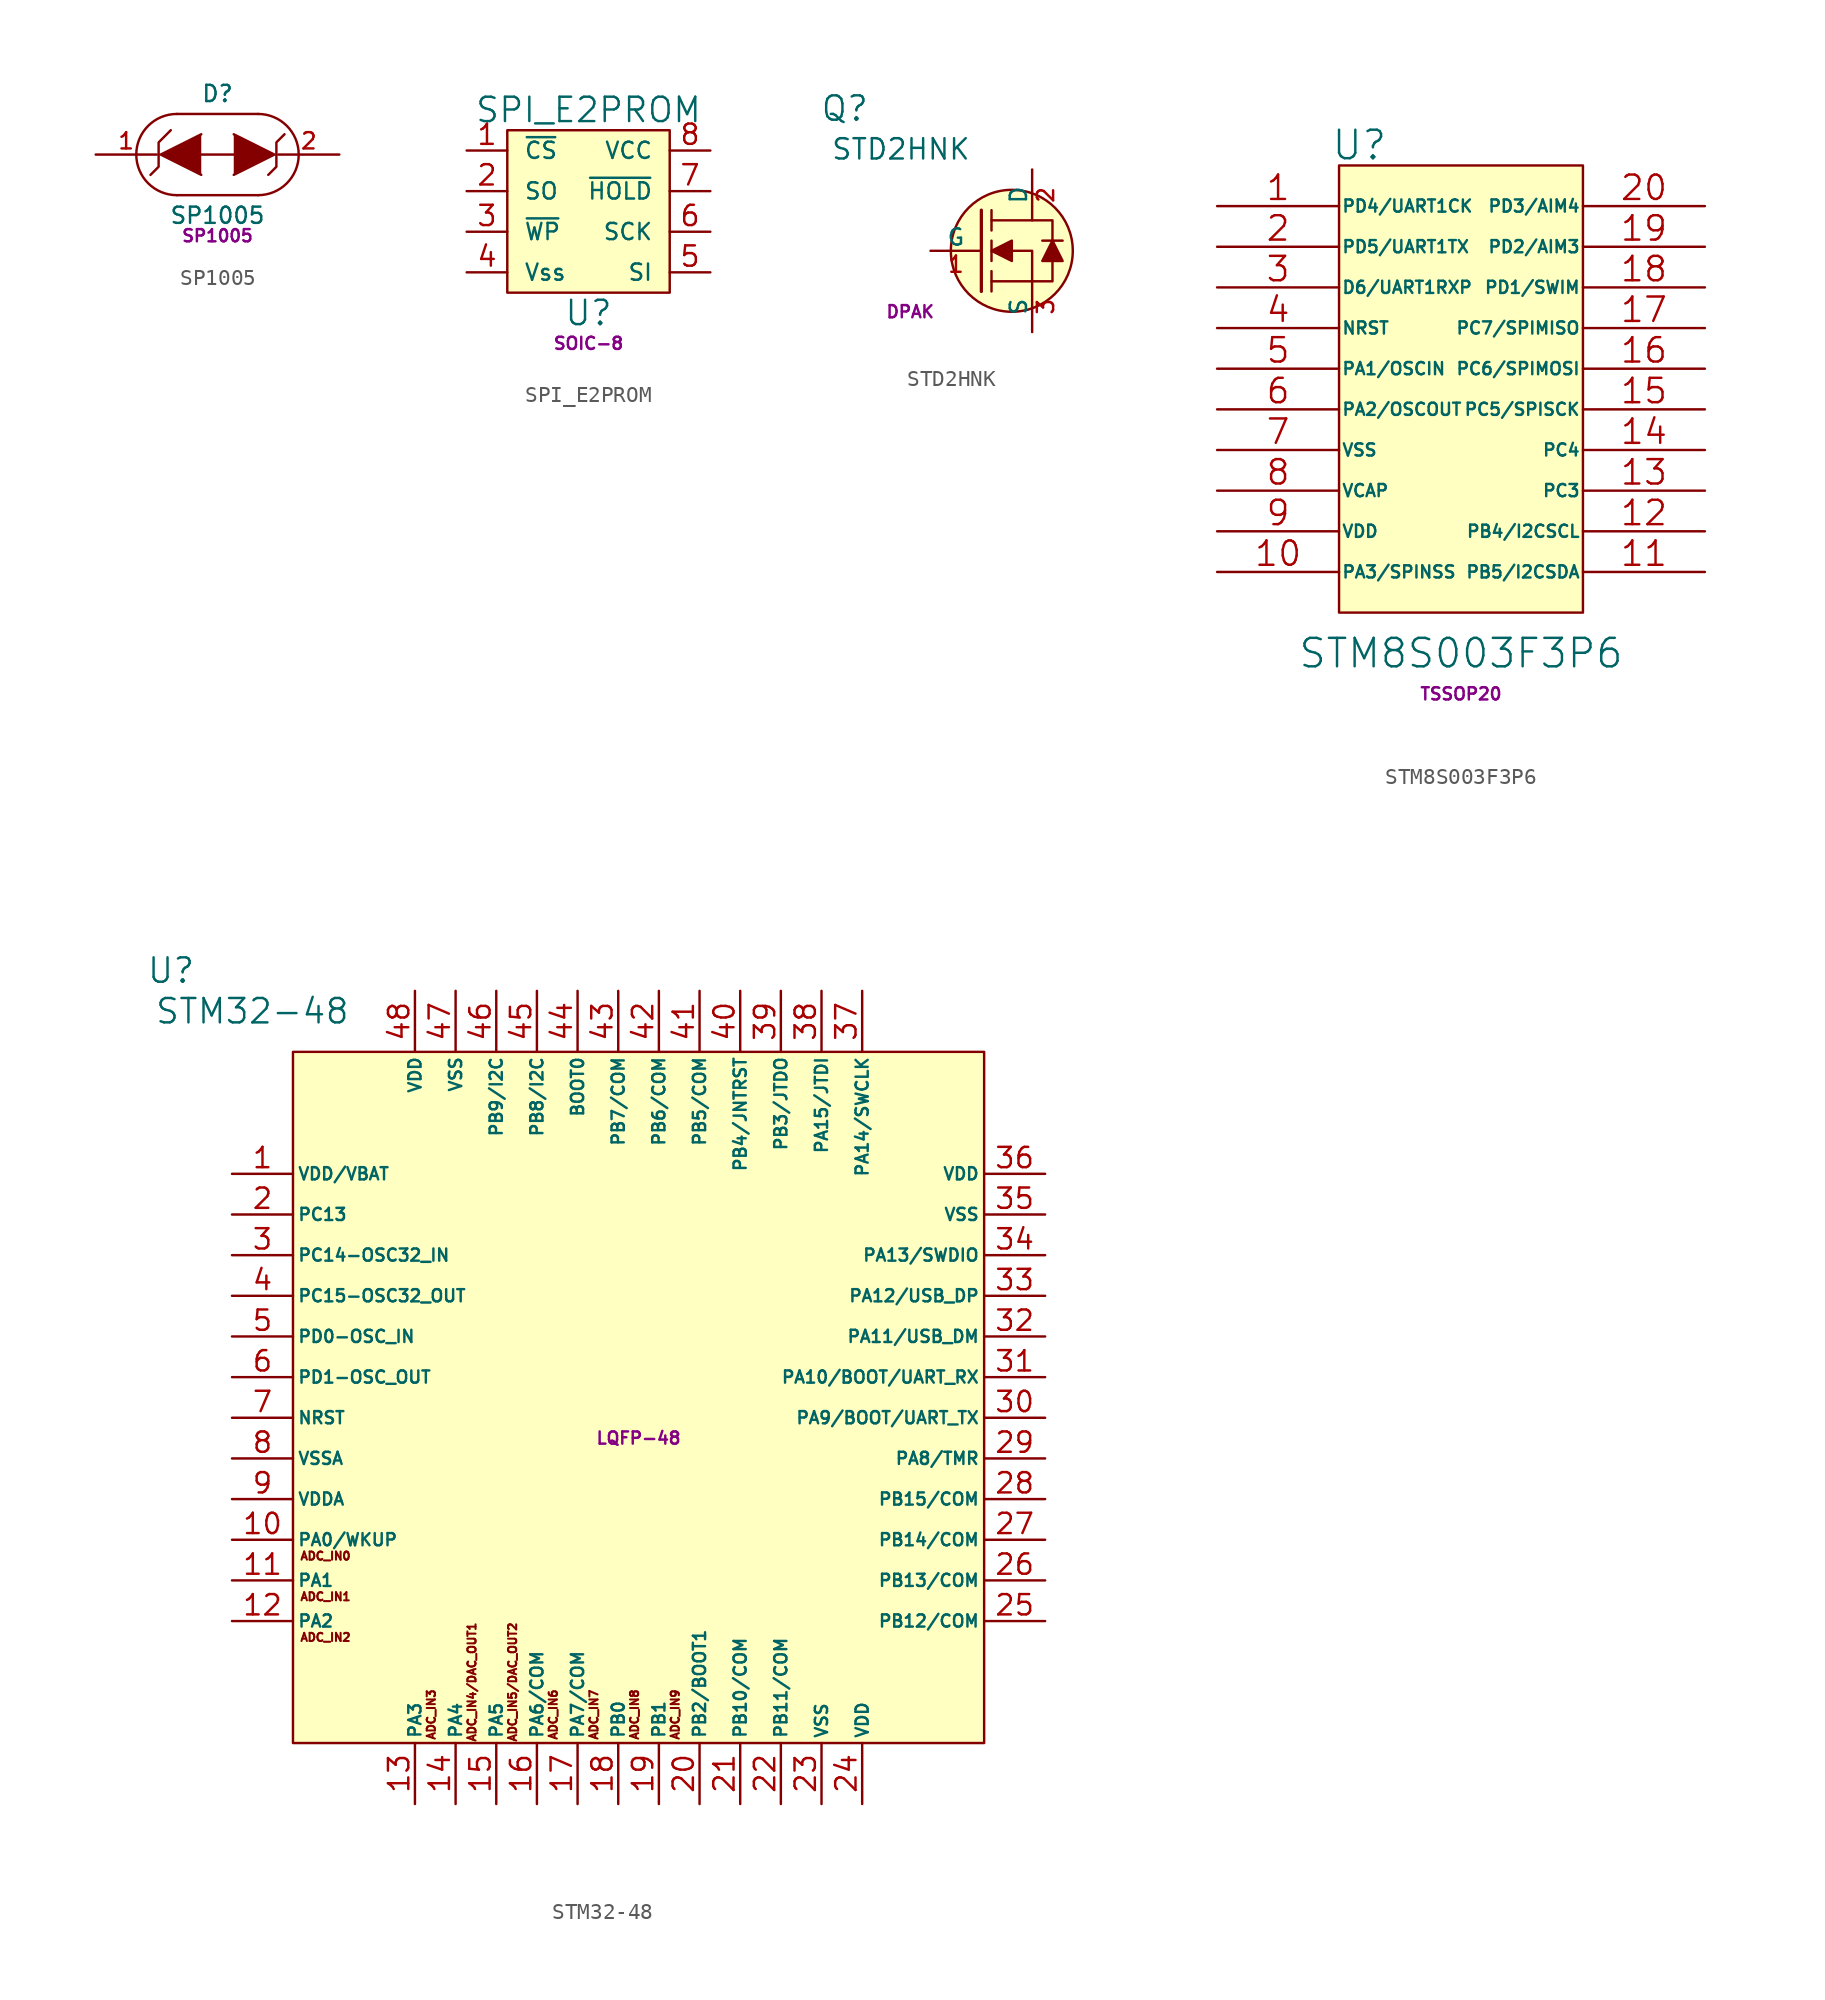
<source format=kicad_sym>
(kicad_symbol_lib
  (version 20220914)
  (generator kicad_symbol_editor)
  (symbol "SP1005"
    (pin_names
      (offset 1.016) hide)
    (property "Reference" "D"
      (at 0 3.81 0)
      (effects (font (size 1.016 1.016))))
    (property "Value" "SP1005"
      (at 0 -3.81 0)
      (effects (font (size 1.016 1.016))))
    (property "Footprint" "SP1005"
      (at 0 -5.08 0)
      (effects (font (size 0.762 0.762))))
    (property "Datasheet" ""
      (at 0 0 0)
      (effects (font (size 1.524 1.524))))
    (symbol "SP1005_0_1"
      (arc (start -2.54 2.54) (mid -5.069 0) (end -2.54 -2.54) (stroke (width 0) (type default)) (fill (type none)))
      (polyline (pts (xy -2.54 -2.54) (xy 2.54 -2.54)) (stroke (width 0) (type default)) (fill (type none)))
      (polyline (pts (xy 1.27 0) (xy -1.27 0)) (stroke (width 0) (type default)) (fill (type none)))
      (polyline (pts (xy 2.54 2.54) (xy -2.54 2.54)) (stroke (width 0) (type default)) (fill (type none)))
      (polyline (pts (xy -3.683 0) (xy -3.683 -0.762) (xy -4.191 -1.27)) (stroke (width 0) (type default)) (fill (type none)))
      (polyline (pts (xy -3.683 0) (xy -3.683 0.762) (xy -2.921 1.524)) (stroke (width 0) (type default)) (fill (type none)))
      (polyline (pts (xy -1.016 1.27) (xy -3.556 0) (xy -1.016 -1.27)) (stroke (width 0) (type default)) (fill (type outline)))
      (polyline (pts (xy 1.016 1.27) (xy 3.556 0) (xy 1.016 -1.27)) (stroke (width 0) (type default)) (fill (type outline)))
      (polyline (pts (xy 3.683 0) (xy 3.683 -0.762) (xy 3.175 -1.27)) (stroke (width 0) (type default)) (fill (type none)))
      (polyline (pts (xy 3.683 0) (xy 3.683 0.762) (xy 4.191 1.27)) (stroke (width 0) (type default)) (fill (type none)))
      (arc (start 2.54 -2.54) (mid 5.069 0) (end 2.54 2.54) (stroke (width 0) (type default)) (fill (type none))))
    (symbol "SP1005_1_1"
      (pin passive line (at -7.62 0 0) (length 3.81) (name "A" (effects (font (size 1.016 1.016)))) (number "1" (effects (font (size 1.016 1.016)))))
      (pin passive line (at 7.62 0 180) (length 3.81) (name "K" (effects (font (size 1.016 1.016)))) (number "2" (effects (font (size 1.016 1.016)))))))
  (symbol "SPI_E2PROM"
    (pin_names
      (offset 1.016))
    (property "Reference" "U"
      (at 0 -6.35 0)
      (effects (font (size 1.524 1.524))))
    (property "Value" "SPI_E2PROM"
      (at 0 6.35 0)
      (effects (font (size 1.524 1.524))))
    (property "Footprint" "SOIC-8"
      (at 0 -8.255 0)
      (effects (font (size 0.762 0.762))))
    (property "Datasheet" ""
      (at 0 0 0)
      (effects (font (size 1.524 1.524))))
    (symbol "SPI_E2PROM_0_1"
      (rectangle (start -5.08 5.08) (end 5.08 -5.08) (stroke (width 0) (type default)) (fill (type background))))
    (symbol "SPI_E2PROM_1_1"
      (pin bidirectional line (at -7.62 3.81 0) (length 2.54) (name "~{CS}" (effects (font (size 1.016 1.016)))) (number "1" (effects (font (size 1.27 1.27)))))
      (pin bidirectional line (at -7.62 1.27 0) (length 2.54) (name "SO" (effects (font (size 1.016 1.016)))) (number "2" (effects (font (size 1.27 1.27)))))
      (pin bidirectional line (at -7.62 -1.27 0) (length 2.54) (name "~{WP}" (effects (font (size 1.016 1.016)))) (number "3" (effects (font (size 1.27 1.27)))))
      (pin bidirectional line (at -7.62 -3.81 0) (length 2.54) (name "Vss" (effects (font (size 1.016 1.016)))) (number "4" (effects (font (size 1.27 1.27)))))
      (pin bidirectional line (at 7.62 -3.81 180) (length 2.54) (name "SI" (effects (font (size 1.016 1.016)))) (number "5" (effects (font (size 1.27 1.27)))))
      (pin bidirectional line (at 7.62 -1.27 180) (length 2.54) (name "SCK" (effects (font (size 1.016 1.016)))) (number "6" (effects (font (size 1.27 1.27)))))
      (pin bidirectional line (at 7.62 1.27 180) (length 2.54) (name "~{HOLD}" (effects (font (size 1.016 1.016)))) (number "7" (effects (font (size 1.27 1.27)))))
      (pin bidirectional line (at 7.62 3.81 180) (length 2.54) (name "VCC" (effects (font (size 1.016 1.016)))) (number "8" (effects (font (size 1.27 1.27)))))))
  (symbol "STD2HNK"
    (pin_names
      (offset 0))
    (property "Reference" "Q"
      (at -7.62 8.89 0)
      (effects (font (size 1.524 1.524)) (justify right)))
    (property "Value" "STD2HNK"
      (at -1.27 6.35 0)
      (effects (font (size 1.27 1.27)) (justify right)))
    (property "Footprint" "DPAK"
      (at -5.08 -3.81 0)
      (effects (font (size 0.762 0.762))))
    (property "Datasheet" ""
      (at 0 0 0)
      (effects (font (size 1.524 1.524))))
    (symbol "STD2HNK_0_1"
      (polyline (pts (xy -0.635 2.54) (xy -0.635 -2.54)) (stroke (width 0.203) (type default)) (fill (type none)))
      (polyline (pts (xy 0 -1.27) (xy 0 -2.54)) (stroke (width 0) (type default)) (fill (type none)))
      (polyline (pts (xy 0 0.635) (xy 0 -0.635)) (stroke (width 0) (type default)) (fill (type none)))
      (polyline (pts (xy 0 2.54) (xy 0 1.27)) (stroke (width 0) (type default)) (fill (type none)))
      (polyline (pts (xy 3.175 0.635) (xy 4.445 0.635)) (stroke (width 0) (type default)) (fill (type none)))
      (polyline (pts (xy 0 -1.905) (xy 3.81 -1.905) (xy 3.81 -0.635)) (stroke (width 0) (type default)) (fill (type none)))
      (polyline (pts (xy 1.27 0) (xy 2.54 0) (xy 2.54 -1.905)) (stroke (width 0) (type default)) (fill (type none)))
      (polyline (pts (xy 3.81 0.635) (xy 3.81 1.905) (xy 0 1.905)) (stroke (width 0) (type default)) (fill (type none)))
      (polyline (pts (xy 0 0) (xy 1.27 -0.635) (xy 1.27 0.635) (xy 0 0)) (stroke (width 0) (type default)) (fill (type outline)))
      (polyline (pts (xy 3.81 0.635) (xy 3.175 -0.635) (xy 4.445 -0.635) (xy 3.81 0.635)) (stroke (width 0) (type default)) (fill (type outline)))
      (circle (center 1.27 0) (radius 3.81) (stroke (width 0) (type default)) (fill (type background))))
    (symbol "STD2HNK_1_1"
      (pin input line (at -3.81 0 0) (length 3.175) (name "G" (effects (font (size 1.016 1.016)))) (number "1" (effects (font (size 1.016 1.016)))))
      (pin passive line (at 2.54 5.08 270) (length 3.175) (name "D" (effects (font (size 1.016 1.016)))) (number "2" (effects (font (size 1.016 1.016)))))
      (pin passive line (at 2.54 -5.08 90) (length 3.175) (name "S" (effects (font (size 1.016 1.016)))) (number "3" (effects (font (size 1.016 1.016)))))))
  (symbol "STM8S003F3P6"
    (pin_names
      (offset 0.127))
    (property "Reference" "U"
      (at -6.35 15.24 0)
      (effects (font (size 1.778 1.778))))
    (property "Value" "STM8S003F3P6"
      (at 0 -16.51 0)
      (effects (font (size 1.778 1.778))))
    (property "Footprint" "TSSOP20"
      (at 0 -19.05 0)
      (effects (font (size 0.762 0.762))))
    (property "Datasheet" ""
      (at 0 0 0)
      (effects (font (size 1.524 1.524))))
    (symbol "STM8S003F3P6_0_1"
      (rectangle (start -7.62 -13.97) (end 7.62 13.97) (stroke (width 0) (type default)) (fill (type background))))
    (symbol "STM8S003F3P6_1_1"
      (pin passive line (at -15.24 11.43 0) (length 7.62) (name "PD4/UART1CK" (effects (font (size 0.762 0.762)))) (number "1" (effects (font (size 1.524 1.524)))))
      (pin passive line (at -15.24 -11.43 0) (length 7.62) (name "PA3/SPINSS" (effects (font (size 0.762 0.762)))) (number "10" (effects (font (size 1.524 1.524)))))
      (pin passive line (at 15.24 -11.43 180) (length 7.62) (name "PB5/I2CSDA" (effects (font (size 0.762 0.762)))) (number "11" (effects (font (size 1.524 1.524)))))
      (pin passive line (at 15.24 -8.89 180) (length 7.62) (name "PB4/I2CSCL" (effects (font (size 0.762 0.762)))) (number "12" (effects (font (size 1.524 1.524)))))
      (pin passive line (at 15.24 -6.35 180) (length 7.62) (name "PC3" (effects (font (size 0.762 0.762)))) (number "13" (effects (font (size 1.524 1.524)))))
      (pin passive line (at 15.24 -3.81 180) (length 7.62) (name "PC4" (effects (font (size 0.762 0.762)))) (number "14" (effects (font (size 1.524 1.524)))))
      (pin passive line (at 15.24 -1.27 180) (length 7.62) (name "PC5/SPISCK" (effects (font (size 0.762 0.762)))) (number "15" (effects (font (size 1.524 1.524)))))
      (pin passive line (at 15.24 1.27 180) (length 7.62) (name "PC6/SPIMOSI" (effects (font (size 0.762 0.762)))) (number "16" (effects (font (size 1.524 1.524)))))
      (pin passive line (at 15.24 3.81 180) (length 7.62) (name "PC7/SPIMISO" (effects (font (size 0.762 0.762)))) (number "17" (effects (font (size 1.524 1.524)))))
      (pin passive line (at 15.24 6.35 180) (length 7.62) (name "PD1/SWIM" (effects (font (size 0.762 0.762)))) (number "18" (effects (font (size 1.524 1.524)))))
      (pin passive line (at 15.24 8.89 180) (length 7.62) (name "PD2/AIM3" (effects (font (size 0.762 0.762)))) (number "19" (effects (font (size 1.524 1.524)))))
      (pin passive line (at -15.24 8.89 0) (length 7.62) (name "PD5/UART1TX" (effects (font (size 0.762 0.762)))) (number "2" (effects (font (size 1.524 1.524)))))
      (pin passive line (at 15.24 11.43 180) (length 7.62) (name "PD3/AIM4" (effects (font (size 0.762 0.762)))) (number "20" (effects (font (size 1.524 1.524)))))
      (pin passive line (at -15.24 6.35 0) (length 7.62) (name "D6/UART1RXP" (effects (font (size 0.762 0.762)))) (number "3" (effects (font (size 1.524 1.524)))))
      (pin passive line (at -15.24 3.81 0) (length 7.62) (name "NRST" (effects (font (size 0.762 0.762)))) (number "4" (effects (font (size 1.524 1.524)))))
      (pin passive line (at -15.24 1.27 0) (length 7.62) (name "PA1/OSCIN" (effects (font (size 0.762 0.762)))) (number "5" (effects (font (size 1.524 1.524)))))
      (pin passive line (at -15.24 -1.27 0) (length 7.62) (name "PA2/OSCOUT" (effects (font (size 0.762 0.762)))) (number "6" (effects (font (size 1.524 1.524)))))
      (pin passive line (at -15.24 -3.81 0) (length 7.62) (name "VSS" (effects (font (size 0.762 0.762)))) (number "7" (effects (font (size 1.524 1.524)))))
      (pin passive line (at -15.24 -6.35 0) (length 7.62) (name "VCAP" (effects (font (size 0.762 0.762)))) (number "8" (effects (font (size 1.524 1.524)))))
      (pin passive line (at -15.24 -8.89 0) (length 7.62) (name "VDD" (effects (font (size 0.762 0.762)))) (number "9" (effects (font (size 1.524 1.524)))))))
  (symbol "STM32-48"
    (pin_names
      (offset 0.254))
    (property "Reference" "U"
      (at -29.21 26.67 0)
      (effects (font (size 1.524 1.524))))
    (property "Value" "STM32-48"
      (at -24.13 24.13 0)
      (effects (font (size 1.524 1.524))))
    (property "Footprint" "LQFP-48"
      (at 0 -2.54 0)
      (effects (font (size 0.762 0.762))))
    (property "Datasheet" ""
      (at 0 0 0)
      (effects (font (size 1.524 1.524))))
    (symbol "STM32-48_0_0"
      (text "ADC_IN0" (at -19.558 -9.906 0) (effects (font (size 0.508 0.508))))
      (text "ADC_IN1" (at -19.558 -12.446 0) (effects (font (size 0.508 0.508))))
      (text "ADC_IN2" (at -19.558 -14.986 0) (effects (font (size 0.508 0.508))))
      (text "ADC_IN3" (at -12.954 -19.812 900) (effects (font (size 0.508 0.508))))
      (text "ADC_IN4/DAC_OUT1" (at -10.414 -17.78 900) (effects (font (size 0.508 0.508))))
      (text "ADC_IN5/DAC_OUT2" (at -7.874 -17.78 900) (effects (font (size 0.508 0.508))))
      (text "ADC_IN6" (at -5.334 -19.812 900) (effects (font (size 0.508 0.508))))
      (text "ADC_IN7" (at -2.794 -19.812 900) (effects (font (size 0.508 0.508))))
      (text "ADC_IN8" (at -0.254 -19.812 900) (effects (font (size 0.508 0.508))))
      (text "ADC_IN9" (at 2.286 -19.812 900) (effects (font (size 0.508 0.508)))))
    (symbol "STM32-48_0_1"
      (rectangle (start -21.59 21.59) (end 21.59 -21.59) (stroke (width 0) (type default)) (fill (type background))))
    (symbol "STM32-48_1_1"
      (pin input line (at -25.4 13.97 0) (length 3.81) (name "VDD/VBAT" (effects (font (size 0.762 0.762)))) (number "1" (effects (font (size 1.27 1.27)))))
      (pin input line (at -25.4 -8.89 0) (length 3.81) (name "PA0/WKUP" (effects (font (size 0.762 0.762)))) (number "10" (effects (font (size 1.27 1.27)))))
      (pin input line (at -25.4 -11.43 0) (length 3.81) (name "PA1" (effects (font (size 0.762 0.762)))) (number "11" (effects (font (size 1.27 1.27)))))
      (pin input line (at -25.4 -13.97 0) (length 3.81) (name "PA2" (effects (font (size 0.762 0.762)))) (number "12" (effects (font (size 1.27 1.27)))))
      (pin input line (at -13.97 -25.4 90) (length 3.81) (name "PA3" (effects (font (size 0.762 0.762)))) (number "13" (effects (font (size 1.27 1.27)))))
      (pin input line (at -11.43 -25.4 90) (length 3.81) (name "PA4" (effects (font (size 0.762 0.762)))) (number "14" (effects (font (size 1.27 1.27)))))
      (pin input line (at -8.89 -25.4 90) (length 3.81) (name "PA5" (effects (font (size 0.762 0.762)))) (number "15" (effects (font (size 1.27 1.27)))))
      (pin input line (at -6.35 -25.4 90) (length 3.81) (name "PA6/COM" (effects (font (size 0.762 0.762)))) (number "16" (effects (font (size 1.27 1.27)))))
      (pin input line (at -3.81 -25.4 90) (length 3.81) (name "PA7/COM" (effects (font (size 0.762 0.762)))) (number "17" (effects (font (size 1.27 1.27)))))
      (pin input line (at -1.27 -25.4 90) (length 3.81) (name "PB0" (effects (font (size 0.762 0.762)))) (number "18" (effects (font (size 1.27 1.27)))))
      (pin input line (at 1.27 -25.4 90) (length 3.81) (name "PB1" (effects (font (size 0.762 0.762)))) (number "19" (effects (font (size 1.27 1.27)))))
      (pin input line (at -25.4 11.43 0) (length 3.81) (name "PC13" (effects (font (size 0.762 0.762)))) (number "2" (effects (font (size 1.27 1.27)))))
      (pin input line (at 3.81 -25.4 90) (length 3.81) (name "PB2/BOOT1" (effects (font (size 0.762 0.762)))) (number "20" (effects (font (size 1.27 1.27)))))
      (pin input line (at 6.35 -25.4 90) (length 3.81) (name "PB10/COM" (effects (font (size 0.762 0.762)))) (number "21" (effects (font (size 1.27 1.27)))))
      (pin input line (at 8.89 -25.4 90) (length 3.81) (name "PB11/COM" (effects (font (size 0.762 0.762)))) (number "22" (effects (font (size 1.27 1.27)))))
      (pin input line (at 11.43 -25.4 90) (length 3.81) (name "VSS" (effects (font (size 0.762 0.762)))) (number "23" (effects (font (size 1.27 1.27)))))
      (pin input line (at 13.97 -25.4 90) (length 3.81) (name "VDD" (effects (font (size 0.762 0.762)))) (number "24" (effects (font (size 1.27 1.27)))))
      (pin input line (at 25.4 -13.97 180) (length 3.81) (name "PB12/COM" (effects (font (size 0.762 0.762)))) (number "25" (effects (font (size 1.27 1.27)))))
      (pin input line (at 25.4 -11.43 180) (length 3.81) (name "PB13/COM" (effects (font (size 0.762 0.762)))) (number "26" (effects (font (size 1.27 1.27)))))
      (pin input line (at 25.4 -8.89 180) (length 3.81) (name "PB14/COM" (effects (font (size 0.762 0.762)))) (number "27" (effects (font (size 1.27 1.27)))))
      (pin input line (at 25.4 -6.35 180) (length 3.81) (name "PB15/COM" (effects (font (size 0.762 0.762)))) (number "28" (effects (font (size 1.27 1.27)))))
      (pin input line (at 25.4 -3.81 180) (length 3.81) (name "PA8/TMR" (effects (font (size 0.762 0.762)))) (number "29" (effects (font (size 1.27 1.27)))))
      (pin input line (at -25.4 8.89 0) (length 3.81) (name "PC14-OSC32_IN" (effects (font (size 0.762 0.762)))) (number "3" (effects (font (size 1.27 1.27)))))
      (pin input line (at 25.4 -1.27 180) (length 3.81) (name "PA9/BOOT/UART_TX" (effects (font (size 0.762 0.762)))) (number "30" (effects (font (size 1.27 1.27)))))
      (pin input line (at 25.4 1.27 180) (length 3.81) (name "PA10/BOOT/UART_RX" (effects (font (size 0.762 0.762)))) (number "31" (effects (font (size 1.27 1.27)))))
      (pin input line (at 25.4 3.81 180) (length 3.81) (name "PA11/USB_DM" (effects (font (size 0.762 0.762)))) (number "32" (effects (font (size 1.27 1.27)))))
      (pin input line (at 25.4 6.35 180) (length 3.81) (name "PA12/USB_DP" (effects (font (size 0.762 0.762)))) (number "33" (effects (font (size 1.27 1.27)))))
      (pin input line (at 25.4 8.89 180) (length 3.81) (name "PA13/SWDIO" (effects (font (size 0.762 0.762)))) (number "34" (effects (font (size 1.27 1.27)))))
      (pin input line (at 25.4 11.43 180) (length 3.81) (name "VSS" (effects (font (size 0.762 0.762)))) (number "35" (effects (font (size 1.27 1.27)))))
      (pin input line (at 25.4 13.97 180) (length 3.81) (name "VDD" (effects (font (size 0.762 0.762)))) (number "36" (effects (font (size 1.27 1.27)))))
      (pin input line (at 13.97 25.4 270) (length 3.81) (name "PA14/SWCLK" (effects (font (size 0.762 0.762)))) (number "37" (effects (font (size 1.27 1.27)))))
      (pin input line (at 11.43 25.4 270) (length 3.81) (name "PA15/JTDI" (effects (font (size 0.762 0.762)))) (number "38" (effects (font (size 1.27 1.27)))))
      (pin input line (at 8.89 25.4 270) (length 3.81) (name "PB3/JTDO" (effects (font (size 0.762 0.762)))) (number "39" (effects (font (size 1.27 1.27)))))
      (pin input line (at -25.4 6.35 0) (length 3.81) (name "PC15-OSC32_OUT" (effects (font (size 0.762 0.762)))) (number "4" (effects (font (size 1.27 1.27)))))
      (pin input line (at 6.35 25.4 270) (length 3.81) (name "PB4/JNTRST" (effects (font (size 0.762 0.762)))) (number "40" (effects (font (size 1.27 1.27)))))
      (pin input line (at 3.81 25.4 270) (length 3.81) (name "PB5/COM" (effects (font (size 0.762 0.762)))) (number "41" (effects (font (size 1.27 1.27)))))
      (pin input line (at 1.27 25.4 270) (length 3.81) (name "PB6/COM" (effects (font (size 0.762 0.762)))) (number "42" (effects (font (size 1.27 1.27)))))
      (pin input line (at -1.27 25.4 270) (length 3.81) (name "PB7/COM" (effects (font (size 0.762 0.762)))) (number "43" (effects (font (size 1.27 1.27)))))
      (pin input line (at -3.81 25.4 270) (length 3.81) (name "BOOT0" (effects (font (size 0.762 0.762)))) (number "44" (effects (font (size 1.27 1.27)))))
      (pin input line (at -6.35 25.4 270) (length 3.81) (name "PB8/I2C" (effects (font (size 0.762 0.762)))) (number "45" (effects (font (size 1.27 1.27)))))
      (pin input line (at -8.89 25.4 270) (length 3.81) (name "PB9/I2C" (effects (font (size 0.762 0.762)))) (number "46" (effects (font (size 1.27 1.27)))))
      (pin input line (at -11.43 25.4 270) (length 3.81) (name "VSS" (effects (font (size 0.762 0.762)))) (number "47" (effects (font (size 1.27 1.27)))))
      (pin input line (at -13.97 25.4 270) (length 3.81) (name "VDD" (effects (font (size 0.762 0.762)))) (number "48" (effects (font (size 1.27 1.27)))))
      (pin input line (at -25.4 3.81 0) (length 3.81) (name "PD0-OSC_IN" (effects (font (size 0.762 0.762)))) (number "5" (effects (font (size 1.27 1.27)))))
      (pin input line (at -25.4 1.27 0) (length 3.81) (name "PD1-OSC_OUT" (effects (font (size 0.762 0.762)))) (number "6" (effects (font (size 1.27 1.27)))))
      (pin input line (at -25.4 -1.27 0) (length 3.81) (name "NRST" (effects (font (size 0.762 0.762)))) (number "7" (effects (font (size 1.27 1.27)))))
      (pin input line (at -25.4 -3.81 0) (length 3.81) (name "VSSA" (effects (font (size 0.762 0.762)))) (number "8" (effects (font (size 1.27 1.27)))))
      (pin input line (at -25.4 -6.35 0) (length 3.81) (name "VDDA" (effects (font (size 0.762 0.762)))) (number "9" (effects (font (size 1.27 1.27))))))))
</source>
